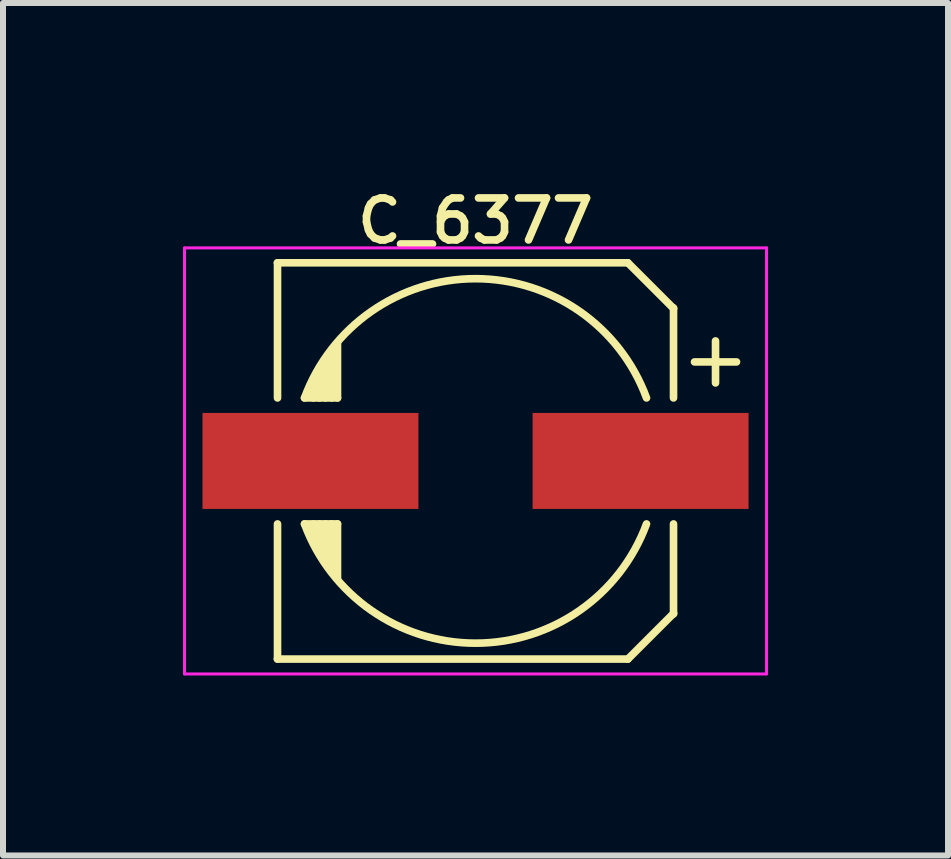
<source format=kicad_pcb>
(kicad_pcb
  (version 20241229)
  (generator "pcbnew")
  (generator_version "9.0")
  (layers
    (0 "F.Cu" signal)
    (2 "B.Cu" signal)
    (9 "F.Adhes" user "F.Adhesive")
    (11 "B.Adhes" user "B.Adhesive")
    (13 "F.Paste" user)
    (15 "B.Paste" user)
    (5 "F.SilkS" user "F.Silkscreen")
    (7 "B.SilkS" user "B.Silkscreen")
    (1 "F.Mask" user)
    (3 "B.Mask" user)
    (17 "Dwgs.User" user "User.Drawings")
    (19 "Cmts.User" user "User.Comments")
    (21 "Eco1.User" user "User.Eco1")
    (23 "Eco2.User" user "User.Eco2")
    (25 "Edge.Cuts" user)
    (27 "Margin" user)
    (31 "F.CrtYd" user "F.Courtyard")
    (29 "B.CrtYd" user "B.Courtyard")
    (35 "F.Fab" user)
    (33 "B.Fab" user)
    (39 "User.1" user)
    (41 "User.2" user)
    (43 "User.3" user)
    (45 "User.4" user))
  (footprint "C_6377"
    (layer "F.Cu")
    (at 4.875 4.632)
    (property "Reference" "C_6377" (at 0 -4 0) (layer "F.SilkS") (effects (font (size 0.7 0.7) (thickness 0.127))))
    (attr smd)
    (fp_line (start -3.302 3.302) (end 2.54 3.302) (stroke (width 0.127) (type solid)) (layer "F.SilkS"))
    (fp_line (start -3.3 -3.3) (end -3.3 -1.05) (stroke (width 0.127) (type solid)) (layer "F.SilkS"))
    (fp_line (start -3.3 3.3) (end -3.3 1.05) (stroke (width 0.127) (type solid)) (layer "F.SilkS"))
    (fp_line (start -2.85 -1.05) (end -2.3 -1.05) (stroke (width 0.127) (type solid)) (layer "F.SilkS"))
    (fp_line (start -2.85 1.05) (end -2.3 1.05) (stroke (width 0.127) (type solid)) (layer "F.SilkS"))
    (fp_line (start -2.7 -1.3) (end -2.7 -1.05) (stroke (width 0.127) (type solid)) (layer "F.SilkS"))
    (fp_line (start -2.7 1.3) (end -2.7 1.05) (stroke (width 0.127) (type solid)) (layer "F.SilkS"))
    (fp_line (start -2.6 -1.5) (end -2.6 -1.05) (stroke (width 0.127) (type solid)) (layer "F.SilkS"))
    (fp_line (start -2.6 1.5) (end -2.6 1.05) (stroke (width 0.127) (type solid)) (layer "F.SilkS"))
    (fp_line (start -2.5 -1.65) (end -2.5 -1.05) (stroke (width 0.127) (type solid)) (layer "F.SilkS"))
    (fp_line (start -2.5 1.65) (end -2.5 1.05) (stroke (width 0.127) (type solid)) (layer "F.SilkS"))
    (fp_line (start -2.4 -1.8) (end -2.4 -1.05) (stroke (width 0.127) (type solid)) (layer "F.SilkS"))
    (fp_line (start -2.4 1.8) (end -2.4 1.05) (stroke (width 0.127) (type solid)) (layer "F.SilkS"))
    (fp_line (start -2.3 -1.95) (end -2.3 -1.05) (stroke (width 0.127) (type solid)) (layer "F.SilkS"))
    (fp_line (start -2.3 1.95) (end -2.3 1.05) (stroke (width 0.127) (type solid)) (layer "F.SilkS"))
    (fp_line (start 2.54 -3.302) (end -3.302 -3.302) (stroke (width 0.127) (type solid)) (layer "F.SilkS"))
    (fp_line (start 2.54 3.302) (end 3.302 2.54) (stroke (width 0.127) (type solid)) (layer "F.SilkS"))
    (fp_line (start 3.3 -2.55) (end 3.3 -1.05) (stroke (width 0.127) (type solid)) (layer "F.SilkS"))
    (fp_line (start 3.3 2.55) (end 3.3 1.05) (stroke (width 0.127) (type solid)) (layer "F.SilkS"))
    (fp_line (start 3.302 -2.54) (end 2.54 -3.302) (stroke (width 0.127) (type solid)) (layer "F.SilkS"))
    (fp_line (start 3.65 -1.65) (end 4.35 -1.65) (stroke (width 0.127) (type solid)) (layer "F.SilkS"))
    (fp_line (start 4 -2) (end 4 -1.3) (stroke (width 0.127) (type solid)) (layer "F.SilkS"))
    (fp_arc (start -2.85 -1.05) (mid 0 -3.037269) (end 2.85 -1.049999) (stroke (width 0.127) (type solid)) (layer "F.SilkS"))
    (fp_arc (start 2.85 1.05) (mid 0 3.037269) (end -2.85 1.049999) (stroke (width 0.127) (type solid)) (layer "F.SilkS"))
    (fp_line (start -4.85 -3.55) (end 4.85 -3.55) (stroke (width 0.05) (type solid)) (layer "F.CrtYd"))
    (fp_line (start -4.85 3.55) (end -4.85 -3.55) (stroke (width 0.05) (type solid)) (layer "F.CrtYd"))
    (fp_line (start 4.85 -3.55) (end 4.85 3.55) (stroke (width 0.05) (type solid)) (layer "F.CrtYd"))
    (fp_line (start 4.85 3.55) (end -4.85 3.55) (stroke (width 0.05) (type solid)) (layer "F.CrtYd"))
    (pad "1" smd rect (at 2.751 0) (size 3.599 1.6) (layers "F.Cu" "F.Mask" "F.Paste"))
    (pad "2" smd rect (at -2.751 0) (size 3.599 1.6) (layers "F.Cu" "F.Mask" "F.Paste")))
  (gr_rect
    (start -3 -3)
    (end 12.75 11.207)
    (stroke (width 0.1) (type default))
    (fill no)
    (layer "Edge.Cuts")))
</source>
